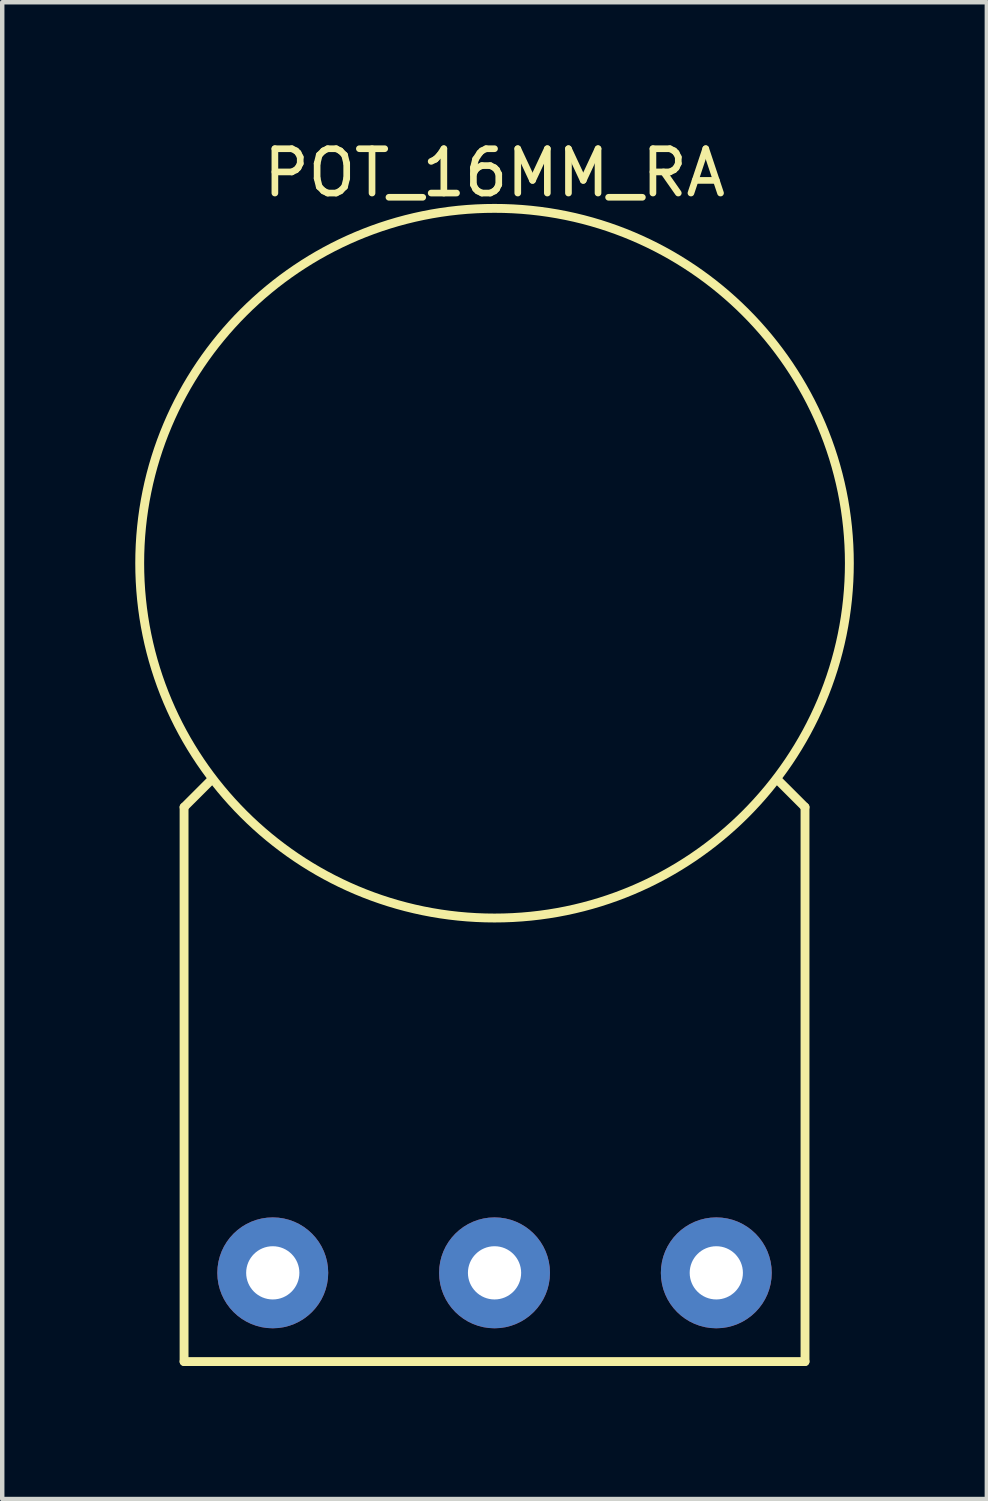
<source format=kicad_pcb>
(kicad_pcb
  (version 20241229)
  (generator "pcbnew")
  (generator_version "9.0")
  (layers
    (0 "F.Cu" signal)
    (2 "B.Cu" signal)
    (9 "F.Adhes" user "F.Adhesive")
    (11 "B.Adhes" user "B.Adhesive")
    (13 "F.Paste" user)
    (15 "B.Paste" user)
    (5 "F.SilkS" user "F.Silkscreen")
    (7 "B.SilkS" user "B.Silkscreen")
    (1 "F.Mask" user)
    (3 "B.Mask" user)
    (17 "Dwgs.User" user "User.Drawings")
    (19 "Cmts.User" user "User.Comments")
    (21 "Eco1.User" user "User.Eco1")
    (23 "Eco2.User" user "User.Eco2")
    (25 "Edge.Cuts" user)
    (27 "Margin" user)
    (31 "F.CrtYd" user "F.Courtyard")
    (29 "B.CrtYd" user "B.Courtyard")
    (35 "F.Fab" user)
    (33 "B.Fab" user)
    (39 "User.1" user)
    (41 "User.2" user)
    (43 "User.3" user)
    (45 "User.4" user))
  (footprint "POT_16MM_RA"
    (layer "F.Cu")
    (at 8.1 9.648)
    (property "Reference" "POT_16MM_RA" (at 0 -8.8 0) (layer "F.SilkS") (effects (font (size 1 1) (thickness 0.15))))
    (fp_line (start -7 5.5) (end -6.4 4.9) (stroke (width 0.2) (type solid)) (layer "F.SilkS"))
    (fp_line (start -7 18) (end -7 5.5) (stroke (width 0.2) (type solid)) (layer "F.SilkS"))
    (fp_line (start -7 18) (end 7 18) (stroke (width 0.2) (type solid)) (layer "F.SilkS"))
    (fp_line (start 6.4 4.9) (end 7 5.5) (stroke (width 0.2) (type solid)) (layer "F.SilkS"))
    (fp_line (start 7 18) (end 7 5.5) (stroke (width 0.2) (type solid)) (layer "F.SilkS"))
    (fp_circle (center 0 0) (end 0 -8) (stroke (width 0.2) (type solid)) (fill no) (layer "F.SilkS"))
    (pad "1" thru_hole circle (at -5 16) (size 2.5 2.5) (drill 1.2) (layers "*.Cu" "*.Mask"))
    (pad "2" thru_hole circle (at 0 16) (size 2.5 2.5) (drill 1.2) (layers "*.Cu" "*.Mask"))
    (pad "3" thru_hole circle (at 5 16) (size 2.5 2.5) (drill 1.2) (layers "*.Cu" "*.Mask")))
  (gr_rect
    (start -3 -3)
    (end 19.2 30.748)
    (stroke (width 0.1) (type default))
    (fill no)
    (layer "Edge.Cuts")))
</source>
